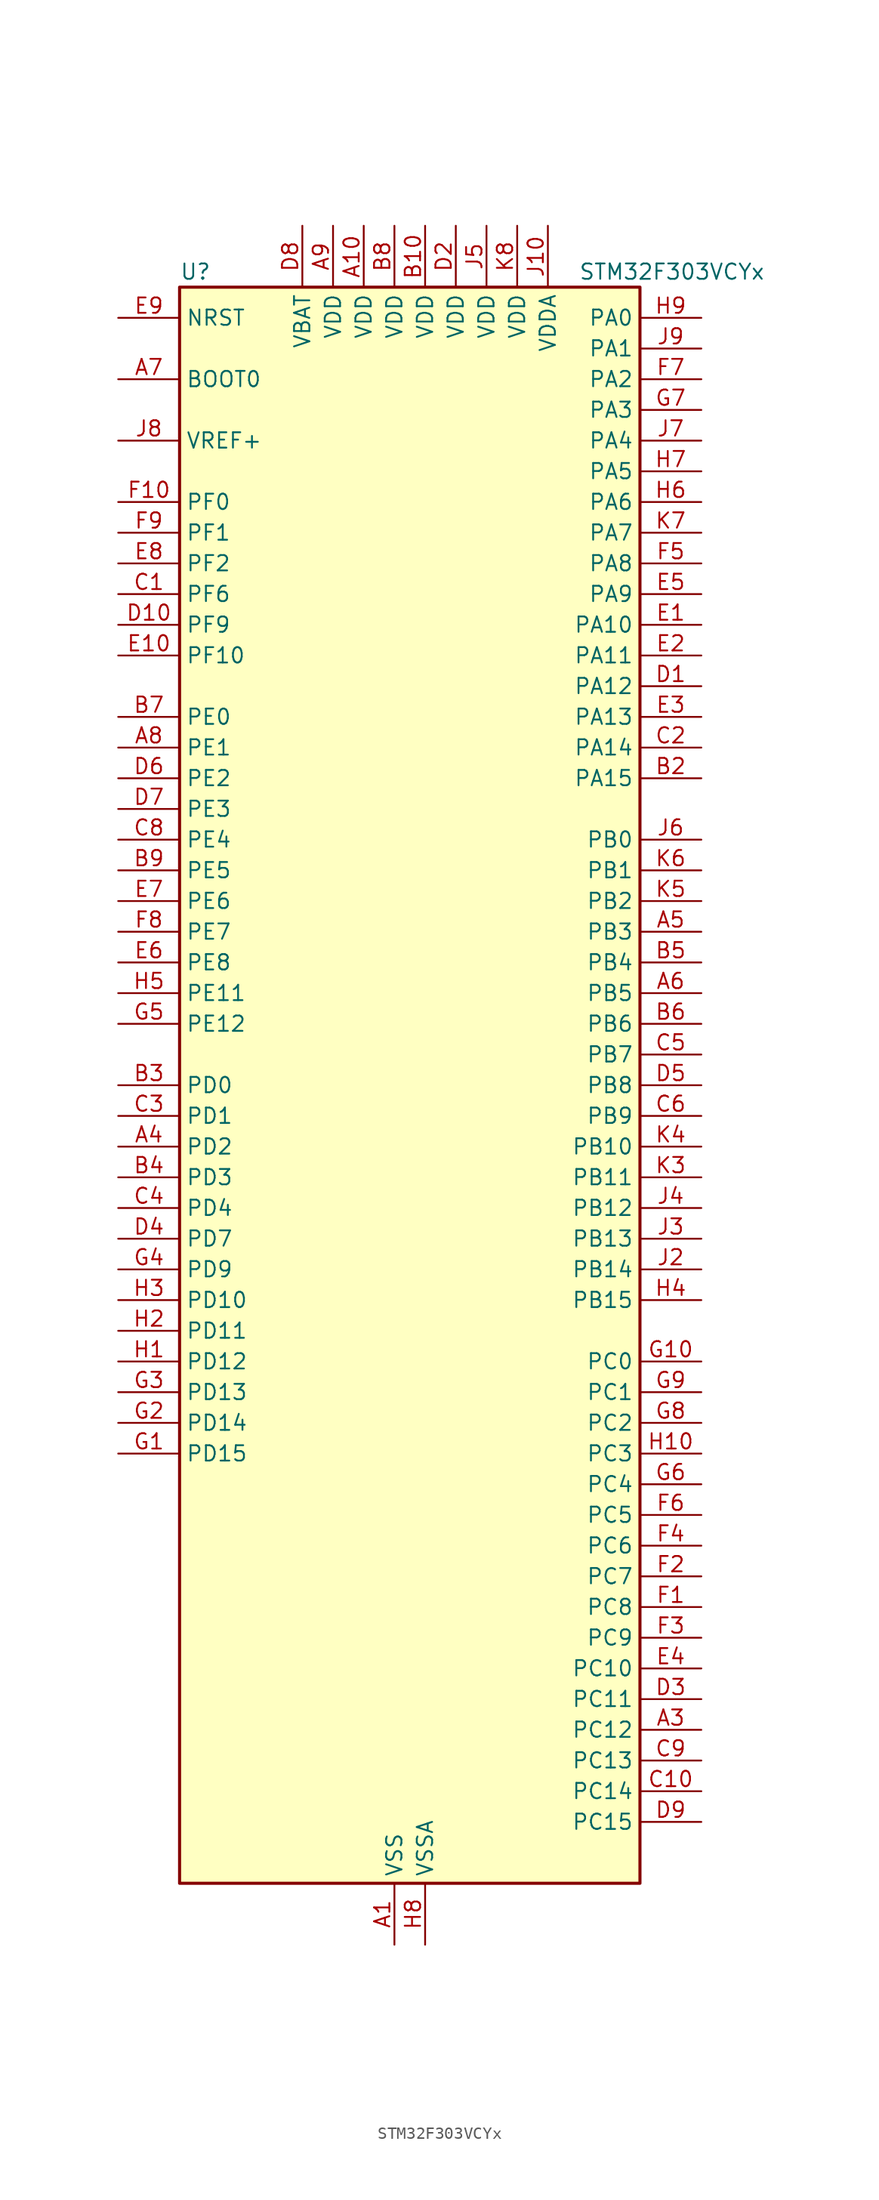
<source format=kicad_sym>
(kicad_symbol_lib
  (version 20220914)
  (generator kicad_symbol_editor)
  (symbol "STM32F303VCYx"
    (property "Reference" "U"
      (at -17.78 67.31 0)
      (effects (font (size 1.27 1.27)) (justify left)))
    (property "Value" "STM32F303VCYx"
      (at 15.24 67.31 0)
      (effects (font (size 1.27 1.27)) (justify left)))
    (property "ki_locked" ""
      (at 0 0 0)
      (effects (font (size 1.27 1.27))))
    (symbol "STM32F303VCYx_0_1"
      (rectangle (start -17.78 -66.04) (end 20.32 66.04) (stroke (width 0.254) (type default)) (fill (type background))))
    (symbol "STM32F303VCYx_1_1"
      (pin power_in line (at 0 -71.12 90) (length 5.08) (name "VSS" (effects (font (size 1.27 1.27)))) (number "A1" (effects (font (size 1.27 1.27)))))
      (pin power_in line (at -2.54 71.12 270) (length 5.08) (name "VDD" (effects (font (size 1.27 1.27)))) (number "A10" (effects (font (size 1.27 1.27)))))
      (pin passive line (at 0 -71.12 90) (length 5.08) hide (name "VSS" (effects (font (size 1.27 1.27)))) (number "A2" (effects (font (size 1.27 1.27)))))
      (pin bidirectional line (at 25.4 -53.34 180) (length 5.08) (name "PC12" (effects (font (size 1.27 1.27)))) (number "A3" (effects (font (size 1.27 1.27)))) (alternate "I2S3_SD" bidirectional line) (alternate "SPI3_MOSI" bidirectional line) (alternate "TIM8_CH3N" bidirectional line) (alternate "UART5_TX" bidirectional line) (alternate "USART3_CK" bidirectional line))
      (pin bidirectional line (at -22.86 -5.08 0) (length 5.08) (name "PD2" (effects (font (size 1.27 1.27)))) (number "A4" (effects (font (size 1.27 1.27)))) (alternate "ADC3_EXTI2" bidirectional line) (alternate "ADC4_EXTI2" bidirectional line) (alternate "TIM3_ETR" bidirectional line) (alternate "TIM8_BKIN" bidirectional line) (alternate "UART5_RX" bidirectional line))
      (pin bidirectional line (at 25.4 12.7 180) (length 5.08) (name "PB3" (effects (font (size 1.27 1.27)))) (number "A5" (effects (font (size 1.27 1.27)))) (alternate "I2S3_CK" bidirectional line) (alternate "SPI1_SCK" bidirectional line) (alternate "SPI3_SCK" bidirectional line) (alternate "SYS_JTDO-TRACESWO" bidirectional line) (alternate "TIM2_CH2" bidirectional line) (alternate "TIM3_ETR" bidirectional line) (alternate "TIM4_ETR" bidirectional line) (alternate "TIM8_CH1N" bidirectional line) (alternate "TSC_G5_IO1" bidirectional line) (alternate "USART2_TX" bidirectional line))
      (pin bidirectional line (at 25.4 7.62 180) (length 5.08) (name "PB5" (effects (font (size 1.27 1.27)))) (number "A6" (effects (font (size 1.27 1.27)))) (alternate "I2C1_SMBA" bidirectional line) (alternate "I2S3_SD" bidirectional line) (alternate "SPI1_MOSI" bidirectional line) (alternate "SPI3_MOSI" bidirectional line) (alternate "TIM16_BKIN" bidirectional line) (alternate "TIM17_CH1" bidirectional line) (alternate "TIM3_CH2" bidirectional line) (alternate "TIM8_CH3N" bidirectional line) (alternate "USART2_CK" bidirectional line))
      (pin input line (at -22.86 58.42 0) (length 5.08) (name "BOOT0" (effects (font (size 1.27 1.27)))) (number "A7" (effects (font (size 1.27 1.27)))))
      (pin bidirectional line (at -22.86 27.94 0) (length 5.08) (name "PE1" (effects (font (size 1.27 1.27)))) (number "A8" (effects (font (size 1.27 1.27)))) (alternate "TIM17_CH1" bidirectional line) (alternate "USART1_RX" bidirectional line))
      (pin power_in line (at -5.08 71.12 270) (length 5.08) (name "VDD" (effects (font (size 1.27 1.27)))) (number "A9" (effects (font (size 1.27 1.27)))))
      (pin passive line (at 0 -71.12 90) (length 5.08) hide (name "VSS" (effects (font (size 1.27 1.27)))) (number "B1" (effects (font (size 1.27 1.27)))))
      (pin power_in line (at 2.54 71.12 270) (length 5.08) (name "VDD" (effects (font (size 1.27 1.27)))) (number "B10" (effects (font (size 1.27 1.27)))))
      (pin bidirectional line (at 25.4 25.4 180) (length 5.08) (name "PA15" (effects (font (size 1.27 1.27)))) (number "B2" (effects (font (size 1.27 1.27)))) (alternate "ADC1_EXTI15" bidirectional line) (alternate "ADC2_EXTI15" bidirectional line) (alternate "I2C1_SCL" bidirectional line) (alternate "I2S3_WS" bidirectional line) (alternate "SPI1_NSS" bidirectional line) (alternate "SPI3_NSS" bidirectional line) (alternate "SYS_JTDI" bidirectional line) (alternate "TIM1_BKIN" bidirectional line) (alternate "TIM2_CH1" bidirectional line) (alternate "TIM2_ETR" bidirectional line) (alternate "TIM8_CH1" bidirectional line) (alternate "USART2_RX" bidirectional line))
      (pin bidirectional line (at -22.86 0 0) (length 5.08) (name "PD0" (effects (font (size 1.27 1.27)))) (number "B3" (effects (font (size 1.27 1.27)))) (alternate "CAN_RX" bidirectional line))
      (pin bidirectional line (at -22.86 -7.62 0) (length 5.08) (name "PD3" (effects (font (size 1.27 1.27)))) (number "B4" (effects (font (size 1.27 1.27)))) (alternate "TIM2_CH1" bidirectional line) (alternate "TIM2_ETR" bidirectional line) (alternate "USART2_CTS" bidirectional line))
      (pin bidirectional line (at 25.4 10.16 180) (length 5.08) (name "PB4" (effects (font (size 1.27 1.27)))) (number "B5" (effects (font (size 1.27 1.27)))) (alternate "I2S3_ext_SD" bidirectional line) (alternate "SPI1_MISO" bidirectional line) (alternate "SPI3_MISO" bidirectional line) (alternate "SYS_NJTRST" bidirectional line) (alternate "TIM16_CH1" bidirectional line) (alternate "TIM17_BKIN" bidirectional line) (alternate "TIM3_CH1" bidirectional line) (alternate "TIM8_CH2N" bidirectional line) (alternate "TSC_G5_IO2" bidirectional line) (alternate "USART2_RX" bidirectional line))
      (pin bidirectional line (at 25.4 5.08 180) (length 5.08) (name "PB6" (effects (font (size 1.27 1.27)))) (number "B6" (effects (font (size 1.27 1.27)))) (alternate "I2C1_SCL" bidirectional line) (alternate "TIM16_CH1N" bidirectional line) (alternate "TIM4_CH1" bidirectional line) (alternate "TIM8_BKIN2" bidirectional line) (alternate "TIM8_CH1" bidirectional line) (alternate "TIM8_ETR" bidirectional line) (alternate "TSC_G5_IO3" bidirectional line) (alternate "USART1_TX" bidirectional line))
      (pin bidirectional line (at -22.86 30.48 0) (length 5.08) (name "PE0" (effects (font (size 1.27 1.27)))) (number "B7" (effects (font (size 1.27 1.27)))) (alternate "TIM16_CH1" bidirectional line) (alternate "TIM4_ETR" bidirectional line) (alternate "USART1_TX" bidirectional line))
      (pin power_in line (at 0 71.12 270) (length 5.08) (name "VDD" (effects (font (size 1.27 1.27)))) (number "B8" (effects (font (size 1.27 1.27)))))
      (pin bidirectional line (at -22.86 17.78 0) (length 5.08) (name "PE5" (effects (font (size 1.27 1.27)))) (number "B9" (effects (font (size 1.27 1.27)))) (alternate "SYS_TRACED2" bidirectional line) (alternate "TIM3_CH4" bidirectional line) (alternate "TSC_G7_IO4" bidirectional line))
      (pin bidirectional line (at -22.86 40.64 0) (length 5.08) (name "PF6" (effects (font (size 1.27 1.27)))) (number "C1" (effects (font (size 1.27 1.27)))) (alternate "I2C2_SCL" bidirectional line) (alternate "TIM4_CH4" bidirectional line) (alternate "USART3_DE" bidirectional line) (alternate "USART3_RTS" bidirectional line))
      (pin bidirectional line (at 25.4 -58.42 180) (length 5.08) (name "PC14" (effects (font (size 1.27 1.27)))) (number "C10" (effects (font (size 1.27 1.27)))) (alternate "RCC_OSC32_IN" bidirectional line))
      (pin bidirectional line (at 25.4 27.94 180) (length 5.08) (name "PA14" (effects (font (size 1.27 1.27)))) (number "C2" (effects (font (size 1.27 1.27)))) (alternate "I2C1_SDA" bidirectional line) (alternate "SYS_JTCK-SWCLK" bidirectional line) (alternate "TIM1_BKIN" bidirectional line) (alternate "TIM8_CH2" bidirectional line) (alternate "TSC_G4_IO4" bidirectional line) (alternate "USART2_TX" bidirectional line))
      (pin bidirectional line (at -22.86 -2.54 0) (length 5.08) (name "PD1" (effects (font (size 1.27 1.27)))) (number "C3" (effects (font (size 1.27 1.27)))) (alternate "CAN_TX" bidirectional line) (alternate "TIM8_BKIN2" bidirectional line) (alternate "TIM8_CH4" bidirectional line))
      (pin bidirectional line (at -22.86 -10.16 0) (length 5.08) (name "PD4" (effects (font (size 1.27 1.27)))) (number "C4" (effects (font (size 1.27 1.27)))) (alternate "TIM2_CH2" bidirectional line) (alternate "USART2_DE" bidirectional line) (alternate "USART2_RTS" bidirectional line))
      (pin bidirectional line (at 25.4 2.54 180) (length 5.08) (name "PB7" (effects (font (size 1.27 1.27)))) (number "C5" (effects (font (size 1.27 1.27)))) (alternate "I2C1_SDA" bidirectional line) (alternate "TIM17_CH1N" bidirectional line) (alternate "TIM3_CH4" bidirectional line) (alternate "TIM4_CH2" bidirectional line) (alternate "TIM8_BKIN" bidirectional line) (alternate "TSC_G5_IO4" bidirectional line) (alternate "USART1_RX" bidirectional line))
      (pin bidirectional line (at 25.4 -2.54 180) (length 5.08) (name "PB9" (effects (font (size 1.27 1.27)))) (number "C6" (effects (font (size 1.27 1.27)))) (alternate "CAN_TX" bidirectional line) (alternate "COMP2_OUT" bidirectional line) (alternate "DAC_EXTI9" bidirectional line) (alternate "I2C1_SDA" bidirectional line) (alternate "IR_OUT" bidirectional line) (alternate "TIM17_CH1" bidirectional line) (alternate "TIM4_CH4" bidirectional line) (alternate "TIM8_CH3" bidirectional line))
      (pin passive line (at 0 -71.12 90) (length 5.08) hide (name "VSS" (effects (font (size 1.27 1.27)))) (number "C7" (effects (font (size 1.27 1.27)))))
      (pin bidirectional line (at -22.86 20.32 0) (length 5.08) (name "PE4" (effects (font (size 1.27 1.27)))) (number "C8" (effects (font (size 1.27 1.27)))) (alternate "SYS_TRACED1" bidirectional line) (alternate "TIM3_CH3" bidirectional line) (alternate "TSC_G7_IO3" bidirectional line))
      (pin bidirectional line (at 25.4 -55.88 180) (length 5.08) (name "PC13" (effects (font (size 1.27 1.27)))) (number "C9" (effects (font (size 1.27 1.27)))) (alternate "RTC_OUT_ALARM" bidirectional line) (alternate "RTC_OUT_CALIB" bidirectional line) (alternate "RTC_TAMP1" bidirectional line) (alternate "RTC_TS" bidirectional line) (alternate "SYS_WKUP2" bidirectional line) (alternate "TIM1_CH1N" bidirectional line))
      (pin bidirectional line (at 25.4 33.02 180) (length 5.08) (name "PA12" (effects (font (size 1.27 1.27)))) (number "D1" (effects (font (size 1.27 1.27)))) (alternate "CAN_TX" bidirectional line) (alternate "COMP2_OUT" bidirectional line) (alternate "TIM16_CH1" bidirectional line) (alternate "TIM1_CH2N" bidirectional line) (alternate "TIM1_ETR" bidirectional line) (alternate "TIM4_CH2" bidirectional line) (alternate "USART1_DE" bidirectional line) (alternate "USART1_RTS" bidirectional line) (alternate "USB_DP" bidirectional line))
      (pin bidirectional line (at -22.86 38.1 0) (length 5.08) (name "PF9" (effects (font (size 1.27 1.27)))) (number "D10" (effects (font (size 1.27 1.27)))) (alternate "DAC_EXTI9" bidirectional line) (alternate "SPI2_SCK" bidirectional line) (alternate "TIM15_CH1" bidirectional line))
      (pin power_in line (at 5.08 71.12 270) (length 5.08) (name "VDD" (effects (font (size 1.27 1.27)))) (number "D2" (effects (font (size 1.27 1.27)))))
      (pin bidirectional line (at 25.4 -50.8 180) (length 5.08) (name "PC11" (effects (font (size 1.27 1.27)))) (number "D3" (effects (font (size 1.27 1.27)))) (alternate "ADC1_EXTI11" bidirectional line) (alternate "ADC2_EXTI11" bidirectional line) (alternate "I2S3_ext_SD" bidirectional line) (alternate "SPI3_MISO" bidirectional line) (alternate "TIM8_CH2N" bidirectional line) (alternate "UART4_RX" bidirectional line) (alternate "USART3_RX" bidirectional line))
      (pin bidirectional line (at -22.86 -12.7 0) (length 5.08) (name "PD7" (effects (font (size 1.27 1.27)))) (number "D4" (effects (font (size 1.27 1.27)))) (alternate "TIM2_CH3" bidirectional line) (alternate "USART2_CK" bidirectional line))
      (pin bidirectional line (at 25.4 0 180) (length 5.08) (name "PB8" (effects (font (size 1.27 1.27)))) (number "D5" (effects (font (size 1.27 1.27)))) (alternate "CAN_RX" bidirectional line) (alternate "COMP1_OUT" bidirectional line) (alternate "I2C1_SCL" bidirectional line) (alternate "TIM16_CH1" bidirectional line) (alternate "TIM1_BKIN" bidirectional line) (alternate "TIM4_CH3" bidirectional line) (alternate "TIM8_CH2" bidirectional line) (alternate "TSC_SYNC" bidirectional line))
      (pin bidirectional line (at -22.86 25.4 0) (length 5.08) (name "PE2" (effects (font (size 1.27 1.27)))) (number "D6" (effects (font (size 1.27 1.27)))) (alternate "ADC3_EXTI2" bidirectional line) (alternate "ADC4_EXTI2" bidirectional line) (alternate "SYS_TRACECK" bidirectional line) (alternate "TIM3_CH1" bidirectional line) (alternate "TSC_G7_IO1" bidirectional line))
      (pin bidirectional line (at -22.86 22.86 0) (length 5.08) (name "PE3" (effects (font (size 1.27 1.27)))) (number "D7" (effects (font (size 1.27 1.27)))) (alternate "SYS_TRACED0" bidirectional line) (alternate "TIM3_CH2" bidirectional line) (alternate "TSC_G7_IO2" bidirectional line))
      (pin power_in line (at -7.62 71.12 270) (length 5.08) (name "VBAT" (effects (font (size 1.27 1.27)))) (number "D8" (effects (font (size 1.27 1.27)))))
      (pin bidirectional line (at 25.4 -60.96 180) (length 5.08) (name "PC15" (effects (font (size 1.27 1.27)))) (number "D9" (effects (font (size 1.27 1.27)))) (alternate "ADC1_EXTI15" bidirectional line) (alternate "ADC2_EXTI15" bidirectional line) (alternate "RCC_OSC32_OUT" bidirectional line))
      (pin bidirectional line (at 25.4 38.1 180) (length 5.08) (name "PA10" (effects (font (size 1.27 1.27)))) (number "E1" (effects (font (size 1.27 1.27)))) (alternate "COMP6_OUT" bidirectional line) (alternate "I2C2_SDA" bidirectional line) (alternate "TIM17_BKIN" bidirectional line) (alternate "TIM1_CH3" bidirectional line) (alternate "TIM2_CH4" bidirectional line) (alternate "TIM8_BKIN" bidirectional line) (alternate "TSC_G4_IO2" bidirectional line) (alternate "USART1_RX" bidirectional line))
      (pin bidirectional line (at -22.86 35.56 0) (length 5.08) (name "PF10" (effects (font (size 1.27 1.27)))) (number "E10" (effects (font (size 1.27 1.27)))) (alternate "SPI2_SCK" bidirectional line) (alternate "TIM15_CH2" bidirectional line))
      (pin bidirectional line (at 25.4 35.56 180) (length 5.08) (name "PA11" (effects (font (size 1.27 1.27)))) (number "E2" (effects (font (size 1.27 1.27)))) (alternate "ADC1_EXTI11" bidirectional line) (alternate "ADC2_EXTI11" bidirectional line) (alternate "CAN_RX" bidirectional line) (alternate "COMP1_OUT" bidirectional line) (alternate "TIM1_BKIN2" bidirectional line) (alternate "TIM1_CH1N" bidirectional line) (alternate "TIM1_CH4" bidirectional line) (alternate "TIM4_CH1" bidirectional line) (alternate "USART1_CTS" bidirectional line) (alternate "USB_DM" bidirectional line))
      (pin bidirectional line (at 25.4 30.48 180) (length 5.08) (name "PA13" (effects (font (size 1.27 1.27)))) (number "E3" (effects (font (size 1.27 1.27)))) (alternate "IR_OUT" bidirectional line) (alternate "SYS_JTMS-SWDIO" bidirectional line) (alternate "TIM16_CH1N" bidirectional line) (alternate "TIM4_CH3" bidirectional line) (alternate "TSC_G4_IO3" bidirectional line) (alternate "USART3_CTS" bidirectional line))
      (pin bidirectional line (at 25.4 -48.26 180) (length 5.08) (name "PC10" (effects (font (size 1.27 1.27)))) (number "E4" (effects (font (size 1.27 1.27)))) (alternate "I2S3_CK" bidirectional line) (alternate "SPI3_SCK" bidirectional line) (alternate "TIM8_CH1N" bidirectional line) (alternate "UART4_TX" bidirectional line) (alternate "USART3_TX" bidirectional line))
      (pin bidirectional line (at 25.4 40.64 180) (length 5.08) (name "PA9" (effects (font (size 1.27 1.27)))) (number "E5" (effects (font (size 1.27 1.27)))) (alternate "COMP5_OUT" bidirectional line) (alternate "DAC_EXTI9" bidirectional line) (alternate "I2C2_SCL" bidirectional line) (alternate "I2S3_MCK" bidirectional line) (alternate "TIM15_BKIN" bidirectional line) (alternate "TIM1_CH2" bidirectional line) (alternate "TIM2_CH3" bidirectional line) (alternate "TSC_G4_IO1" bidirectional line) (alternate "USART1_TX" bidirectional line))
      (pin bidirectional line (at -22.86 10.16 0) (length 5.08) (name "PE8" (effects (font (size 1.27 1.27)))) (number "E6" (effects (font (size 1.27 1.27)))) (alternate "ADC3_IN6" bidirectional line) (alternate "ADC4_IN6" bidirectional line) (alternate "COMP4_INM" bidirectional line) (alternate "TIM1_CH1N" bidirectional line))
      (pin bidirectional line (at -22.86 15.24 0) (length 5.08) (name "PE6" (effects (font (size 1.27 1.27)))) (number "E7" (effects (font (size 1.27 1.27)))) (alternate "RTC_TAMP3" bidirectional line) (alternate "SYS_TRACED3" bidirectional line) (alternate "SYS_WKUP3" bidirectional line))
      (pin bidirectional line (at -22.86 43.18 0) (length 5.08) (name "PF2" (effects (font (size 1.27 1.27)))) (number "E8" (effects (font (size 1.27 1.27)))) (alternate "ADC1_IN10" bidirectional line) (alternate "ADC2_IN10" bidirectional line) (alternate "ADC3_EXTI2" bidirectional line) (alternate "ADC4_EXTI2" bidirectional line))
      (pin input line (at -22.86 63.5 0) (length 5.08) (name "NRST" (effects (font (size 1.27 1.27)))) (number "E9" (effects (font (size 1.27 1.27)))))
      (pin bidirectional line (at 25.4 -43.18 180) (length 5.08) (name "PC8" (effects (font (size 1.27 1.27)))) (number "F1" (effects (font (size 1.27 1.27)))) (alternate "COMP3_OUT" bidirectional line) (alternate "TIM3_CH3" bidirectional line) (alternate "TIM8_CH3" bidirectional line))
      (pin bidirectional line (at -22.86 48.26 0) (length 5.08) (name "PF0" (effects (font (size 1.27 1.27)))) (number "F10" (effects (font (size 1.27 1.27)))) (alternate "I2C2_SDA" bidirectional line) (alternate "RCC_OSC_IN" bidirectional line) (alternate "TIM1_CH3N" bidirectional line))
      (pin bidirectional line (at 25.4 -40.64 180) (length 5.08) (name "PC7" (effects (font (size 1.27 1.27)))) (number "F2" (effects (font (size 1.27 1.27)))) (alternate "COMP5_OUT" bidirectional line) (alternate "I2S3_MCK" bidirectional line) (alternate "TIM3_CH2" bidirectional line) (alternate "TIM8_CH2" bidirectional line))
      (pin bidirectional line (at 25.4 -45.72 180) (length 5.08) (name "PC9" (effects (font (size 1.27 1.27)))) (number "F3" (effects (font (size 1.27 1.27)))) (alternate "DAC_EXTI9" bidirectional line) (alternate "I2S_CKIN" bidirectional line) (alternate "TIM3_CH4" bidirectional line) (alternate "TIM8_BKIN2" bidirectional line) (alternate "TIM8_CH4" bidirectional line))
      (pin bidirectional line (at 25.4 -38.1 180) (length 5.08) (name "PC6" (effects (font (size 1.27 1.27)))) (number "F4" (effects (font (size 1.27 1.27)))) (alternate "COMP6_OUT" bidirectional line) (alternate "I2S2_MCK" bidirectional line) (alternate "TIM3_CH1" bidirectional line) (alternate "TIM8_CH1" bidirectional line))
      (pin bidirectional line (at 25.4 43.18 180) (length 5.08) (name "PA8" (effects (font (size 1.27 1.27)))) (number "F5" (effects (font (size 1.27 1.27)))) (alternate "COMP3_OUT" bidirectional line) (alternate "I2C2_SMBA" bidirectional line) (alternate "I2S2_MCK" bidirectional line) (alternate "RCC_MCO" bidirectional line) (alternate "TIM1_CH1" bidirectional line) (alternate "TIM4_ETR" bidirectional line) (alternate "USART1_CK" bidirectional line))
      (pin bidirectional line (at 25.4 -35.56 180) (length 5.08) (name "PC5" (effects (font (size 1.27 1.27)))) (number "F6" (effects (font (size 1.27 1.27)))) (alternate "ADC2_IN11" bidirectional line) (alternate "OPAMP1_VINM" bidirectional line) (alternate "OPAMP1_VINM_SEC" bidirectional line) (alternate "OPAMP2_VINM" bidirectional line) (alternate "OPAMP2_VINM_SEC" bidirectional line) (alternate "TSC_G3_IO1" bidirectional line) (alternate "USART1_RX" bidirectional line))
      (pin bidirectional line (at 25.4 58.42 180) (length 5.08) (name "PA2" (effects (font (size 1.27 1.27)))) (number "F7" (effects (font (size 1.27 1.27)))) (alternate "ADC1_IN3" bidirectional line) (alternate "ADC3_EXTI2" bidirectional line) (alternate "ADC4_EXTI2" bidirectional line) (alternate "COMP2_INM" bidirectional line) (alternate "COMP2_OUT" bidirectional line) (alternate "OPAMP1_VOUT" bidirectional line) (alternate "TIM15_CH1" bidirectional line) (alternate "TIM2_CH3" bidirectional line) (alternate "TSC_G1_IO3" bidirectional line) (alternate "USART2_TX" bidirectional line))
      (pin bidirectional line (at -22.86 12.7 0) (length 5.08) (name "PE7" (effects (font (size 1.27 1.27)))) (number "F8" (effects (font (size 1.27 1.27)))) (alternate "ADC3_IN13" bidirectional line) (alternate "COMP4_INP" bidirectional line) (alternate "TIM1_ETR" bidirectional line))
      (pin bidirectional line (at -22.86 45.72 0) (length 5.08) (name "PF1" (effects (font (size 1.27 1.27)))) (number "F9" (effects (font (size 1.27 1.27)))) (alternate "I2C2_SCL" bidirectional line) (alternate "RCC_OSC_OUT" bidirectional line))
      (pin bidirectional line (at -22.86 -30.48 0) (length 5.08) (name "PD15" (effects (font (size 1.27 1.27)))) (number "G1" (effects (font (size 1.27 1.27)))) (alternate "ADC1_EXTI15" bidirectional line) (alternate "ADC2_EXTI15" bidirectional line) (alternate "COMP3_INM" bidirectional line) (alternate "SPI2_NSS" bidirectional line) (alternate "TIM4_CH4" bidirectional line) (alternate "TSC_G8_IO4" bidirectional line))
      (pin bidirectional line (at 25.4 -22.86 180) (length 5.08) (name "PC0" (effects (font (size 1.27 1.27)))) (number "G10" (effects (font (size 1.27 1.27)))) (alternate "ADC1_IN6" bidirectional line) (alternate "ADC2_IN6" bidirectional line) (alternate "COMP7_INM" bidirectional line))
      (pin bidirectional line (at -22.86 -27.94 0) (length 5.08) (name "PD14" (effects (font (size 1.27 1.27)))) (number "G2" (effects (font (size 1.27 1.27)))) (alternate "ADC3_IN11" bidirectional line) (alternate "ADC4_IN11" bidirectional line) (alternate "COMP3_INP" bidirectional line) (alternate "OPAMP2_VINP" bidirectional line) (alternate "OPAMP2_VINP_SEC" bidirectional line) (alternate "TIM4_CH3" bidirectional line) (alternate "TSC_G8_IO3" bidirectional line))
      (pin bidirectional line (at -22.86 -25.4 0) (length 5.08) (name "PD13" (effects (font (size 1.27 1.27)))) (number "G3" (effects (font (size 1.27 1.27)))) (alternate "ADC3_IN10" bidirectional line) (alternate "ADC4_IN10" bidirectional line) (alternate "COMP5_INM" bidirectional line) (alternate "TIM4_CH2" bidirectional line) (alternate "TSC_G8_IO2" bidirectional line))
      (pin bidirectional line (at -22.86 -15.24 0) (length 5.08) (name "PD9" (effects (font (size 1.27 1.27)))) (number "G4" (effects (font (size 1.27 1.27)))) (alternate "ADC4_IN13" bidirectional line) (alternate "DAC_EXTI9" bidirectional line) (alternate "USART3_RX" bidirectional line))
      (pin bidirectional line (at -22.86 5.08 0) (length 5.08) (name "PE12" (effects (font (size 1.27 1.27)))) (number "G5" (effects (font (size 1.27 1.27)))) (alternate "ADC3_IN16" bidirectional line) (alternate "TIM1_CH3N" bidirectional line))
      (pin bidirectional line (at 25.4 -33.02 180) (length 5.08) (name "PC4" (effects (font (size 1.27 1.27)))) (number "G6" (effects (font (size 1.27 1.27)))) (alternate "ADC2_IN5" bidirectional line) (alternate "USART1_TX" bidirectional line))
      (pin bidirectional line (at 25.4 55.88 180) (length 5.08) (name "PA3" (effects (font (size 1.27 1.27)))) (number "G7" (effects (font (size 1.27 1.27)))) (alternate "ADC1_IN4" bidirectional line) (alternate "COMP2_INP" bidirectional line) (alternate "OPAMP1_VINM" bidirectional line) (alternate "OPAMP1_VINM_SEC" bidirectional line) (alternate "OPAMP1_VINP" bidirectional line) (alternate "OPAMP1_VINP_SEC" bidirectional line) (alternate "TIM15_CH2" bidirectional line) (alternate "TIM2_CH4" bidirectional line) (alternate "TSC_G1_IO4" bidirectional line) (alternate "USART2_RX" bidirectional line))
      (pin bidirectional line (at 25.4 -27.94 180) (length 5.08) (name "PC2" (effects (font (size 1.27 1.27)))) (number "G8" (effects (font (size 1.27 1.27)))) (alternate "ADC1_IN8" bidirectional line) (alternate "ADC2_IN8" bidirectional line) (alternate "ADC3_EXTI2" bidirectional line) (alternate "ADC4_EXTI2" bidirectional line) (alternate "COMP7_OUT" bidirectional line))
      (pin bidirectional line (at 25.4 -25.4 180) (length 5.08) (name "PC1" (effects (font (size 1.27 1.27)))) (number "G9" (effects (font (size 1.27 1.27)))) (alternate "ADC1_IN7" bidirectional line) (alternate "ADC2_IN7" bidirectional line) (alternate "COMP7_INP" bidirectional line))
      (pin bidirectional line (at -22.86 -22.86 0) (length 5.08) (name "PD12" (effects (font (size 1.27 1.27)))) (number "H1" (effects (font (size 1.27 1.27)))) (alternate "ADC3_IN9" bidirectional line) (alternate "ADC4_IN9" bidirectional line) (alternate "COMP5_INP" bidirectional line) (alternate "TIM4_CH1" bidirectional line) (alternate "TSC_G8_IO1" bidirectional line) (alternate "USART3_DE" bidirectional line) (alternate "USART3_RTS" bidirectional line))
      (pin bidirectional line (at 25.4 -30.48 180) (length 5.08) (name "PC3" (effects (font (size 1.27 1.27)))) (number "H10" (effects (font (size 1.27 1.27)))) (alternate "ADC1_IN9" bidirectional line) (alternate "ADC2_IN9" bidirectional line) (alternate "TIM1_BKIN2" bidirectional line))
      (pin bidirectional line (at -22.86 -20.32 0) (length 5.08) (name "PD11" (effects (font (size 1.27 1.27)))) (number "H2" (effects (font (size 1.27 1.27)))) (alternate "ADC1_EXTI11" bidirectional line) (alternate "ADC2_EXTI11" bidirectional line) (alternate "ADC3_IN8" bidirectional line) (alternate "ADC4_IN8" bidirectional line) (alternate "COMP6_INP" bidirectional line) (alternate "OPAMP4_VINP" bidirectional line) (alternate "OPAMP4_VINP_SEC" bidirectional line) (alternate "USART3_CTS" bidirectional line))
      (pin bidirectional line (at -22.86 -17.78 0) (length 5.08) (name "PD10" (effects (font (size 1.27 1.27)))) (number "H3" (effects (font (size 1.27 1.27)))) (alternate "ADC3_IN7" bidirectional line) (alternate "ADC4_IN7" bidirectional line) (alternate "COMP6_INM" bidirectional line) (alternate "USART3_CK" bidirectional line))
      (pin bidirectional line (at 25.4 -17.78 180) (length 5.08) (name "PB15" (effects (font (size 1.27 1.27)))) (number "H4" (effects (font (size 1.27 1.27)))) (alternate "ADC1_EXTI15" bidirectional line) (alternate "ADC2_EXTI15" bidirectional line) (alternate "ADC4_IN5" bidirectional line) (alternate "COMP6_INM" bidirectional line) (alternate "I2S2_SD" bidirectional line) (alternate "RTC_REFIN" bidirectional line) (alternate "SPI2_MOSI" bidirectional line) (alternate "TIM15_CH1N" bidirectional line) (alternate "TIM15_CH2" bidirectional line) (alternate "TIM1_CH3N" bidirectional line))
      (pin bidirectional line (at -22.86 7.62 0) (length 5.08) (name "PE11" (effects (font (size 1.27 1.27)))) (number "H5" (effects (font (size 1.27 1.27)))) (alternate "ADC1_EXTI11" bidirectional line) (alternate "ADC2_EXTI11" bidirectional line) (alternate "ADC3_IN15" bidirectional line) (alternate "TIM1_CH2" bidirectional line))
      (pin bidirectional line (at 25.4 48.26 180) (length 5.08) (name "PA6" (effects (font (size 1.27 1.27)))) (number "H6" (effects (font (size 1.27 1.27)))) (alternate "ADC2_IN3" bidirectional line) (alternate "COMP1_OUT" bidirectional line) (alternate "OPAMP2_VOUT" bidirectional line) (alternate "SPI1_MISO" bidirectional line) (alternate "TIM16_CH1" bidirectional line) (alternate "TIM1_BKIN" bidirectional line) (alternate "TIM3_CH1" bidirectional line) (alternate "TIM8_BKIN" bidirectional line) (alternate "TSC_G2_IO3" bidirectional line))
      (pin bidirectional line (at 25.4 50.8 180) (length 5.08) (name "PA5" (effects (font (size 1.27 1.27)))) (number "H7" (effects (font (size 1.27 1.27)))) (alternate "ADC2_IN2" bidirectional line) (alternate "COMP1_INM" bidirectional line) (alternate "COMP2_INM" bidirectional line) (alternate "COMP3_INM" bidirectional line) (alternate "COMP4_INM" bidirectional line) (alternate "COMP5_INM" bidirectional line) (alternate "COMP6_INM" bidirectional line) (alternate "COMP7_INM" bidirectional line) (alternate "DAC_OUT2" bidirectional line) (alternate "OPAMP1_VINP" bidirectional line) (alternate "OPAMP1_VINP_SEC" bidirectional line) (alternate "OPAMP2_VINM" bidirectional line) (alternate "OPAMP2_VINM_SEC" bidirectional line) (alternate "OPAMP3_VINP" bidirectional line) (alternate "OPAMP3_VINP_SEC" bidirectional line) (alternate "SPI1_SCK" bidirectional line) (alternate "TIM2_CH1" bidirectional line) (alternate "TIM2_ETR" bidirectional line) (alternate "TSC_G2_IO2" bidirectional line))
      (pin power_in line (at 2.54 -71.12 90) (length 5.08) (name "VSSA" (effects (font (size 1.27 1.27)))) (number "H8" (effects (font (size 1.27 1.27)))))
      (pin bidirectional line (at 25.4 63.5 180) (length 5.08) (name "PA0" (effects (font (size 1.27 1.27)))) (number "H9" (effects (font (size 1.27 1.27)))) (alternate "ADC1_IN1" bidirectional line) (alternate "COMP1_INM" bidirectional line) (alternate "COMP1_OUT" bidirectional line) (alternate "COMP7_INP" bidirectional line) (alternate "RTC_TAMP2" bidirectional line) (alternate "SYS_WKUP1" bidirectional line) (alternate "TIM2_CH1" bidirectional line) (alternate "TIM2_ETR" bidirectional line) (alternate "TIM8_BKIN" bidirectional line) (alternate "TIM8_ETR" bidirectional line) (alternate "TSC_G1_IO1" bidirectional line) (alternate "USART2_CTS" bidirectional line))
      (pin passive line (at 0 -71.12 90) (length 5.08) hide (name "VSS" (effects (font (size 1.27 1.27)))) (number "J1" (effects (font (size 1.27 1.27)))))
      (pin power_in line (at 12.7 71.12 270) (length 5.08) (name "VDDA" (effects (font (size 1.27 1.27)))) (number "J10" (effects (font (size 1.27 1.27)))))
      (pin bidirectional line (at 25.4 -15.24 180) (length 5.08) (name "PB14" (effects (font (size 1.27 1.27)))) (number "J2" (effects (font (size 1.27 1.27)))) (alternate "ADC4_IN4" bidirectional line) (alternate "COMP3_INP" bidirectional line) (alternate "I2S2_ext_SD" bidirectional line) (alternate "OPAMP2_VINP" bidirectional line) (alternate "OPAMP2_VINP_SEC" bidirectional line) (alternate "SPI2_MISO" bidirectional line) (alternate "TIM15_CH1" bidirectional line) (alternate "TIM1_CH2N" bidirectional line) (alternate "TSC_G6_IO4" bidirectional line) (alternate "USART3_DE" bidirectional line) (alternate "USART3_RTS" bidirectional line))
      (pin bidirectional line (at 25.4 -12.7 180) (length 5.08) (name "PB13" (effects (font (size 1.27 1.27)))) (number "J3" (effects (font (size 1.27 1.27)))) (alternate "ADC3_IN5" bidirectional line) (alternate "COMP5_INP" bidirectional line) (alternate "I2S2_CK" bidirectional line) (alternate "OPAMP3_VINP" bidirectional line) (alternate "OPAMP3_VINP_SEC" bidirectional line) (alternate "OPAMP4_VINP" bidirectional line) (alternate "OPAMP4_VINP_SEC" bidirectional line) (alternate "SPI2_SCK" bidirectional line) (alternate "TIM1_CH1N" bidirectional line) (alternate "TSC_G6_IO3" bidirectional line) (alternate "USART3_CTS" bidirectional line))
      (pin bidirectional line (at 25.4 -10.16 180) (length 5.08) (name "PB12" (effects (font (size 1.27 1.27)))) (number "J4" (effects (font (size 1.27 1.27)))) (alternate "ADC4_IN3" bidirectional line) (alternate "COMP3_INM" bidirectional line) (alternate "I2C2_SMBA" bidirectional line) (alternate "I2S2_WS" bidirectional line) (alternate "OPAMP4_VOUT" bidirectional line) (alternate "SPI2_NSS" bidirectional line) (alternate "TIM1_BKIN" bidirectional line) (alternate "TSC_G6_IO2" bidirectional line) (alternate "USART3_CK" bidirectional line))
      (pin power_in line (at 7.62 71.12 270) (length 5.08) (name "VDD" (effects (font (size 1.27 1.27)))) (number "J5" (effects (font (size 1.27 1.27)))))
      (pin bidirectional line (at 25.4 20.32 180) (length 5.08) (name "PB0" (effects (font (size 1.27 1.27)))) (number "J6" (effects (font (size 1.27 1.27)))) (alternate "ADC3_IN12" bidirectional line) (alternate "COMP4_INP" bidirectional line) (alternate "OPAMP2_VINP" bidirectional line) (alternate "OPAMP2_VINP_SEC" bidirectional line) (alternate "OPAMP3_VINP" bidirectional line) (alternate "OPAMP3_VINP_SEC" bidirectional line) (alternate "TIM1_CH2N" bidirectional line) (alternate "TIM3_CH3" bidirectional line) (alternate "TIM8_CH2N" bidirectional line) (alternate "TSC_G3_IO2" bidirectional line))
      (pin bidirectional line (at 25.4 53.34 180) (length 5.08) (name "PA4" (effects (font (size 1.27 1.27)))) (number "J7" (effects (font (size 1.27 1.27)))) (alternate "ADC2_IN1" bidirectional line) (alternate "COMP1_INM" bidirectional line) (alternate "COMP2_INM" bidirectional line) (alternate "COMP3_INM" bidirectional line) (alternate "COMP4_INM" bidirectional line) (alternate "COMP5_INM" bidirectional line) (alternate "COMP6_INM" bidirectional line) (alternate "COMP7_INM" bidirectional line) (alternate "DAC_OUT1" bidirectional line) (alternate "I2S3_WS" bidirectional line) (alternate "OPAMP4_VINP" bidirectional line) (alternate "OPAMP4_VINP_SEC" bidirectional line) (alternate "SPI1_NSS" bidirectional line) (alternate "SPI3_NSS" bidirectional line) (alternate "TIM3_CH2" bidirectional line) (alternate "TSC_G2_IO1" bidirectional line) (alternate "USART2_CK" bidirectional line))
      (pin input line (at -22.86 53.34 0) (length 5.08) (name "VREF+" (effects (font (size 1.27 1.27)))) (number "J8" (effects (font (size 1.27 1.27)))))
      (pin bidirectional line (at 25.4 60.96 180) (length 5.08) (name "PA1" (effects (font (size 1.27 1.27)))) (number "J9" (effects (font (size 1.27 1.27)))) (alternate "ADC1_IN2" bidirectional line) (alternate "COMP1_INP" bidirectional line) (alternate "OPAMP1_VINP" bidirectional line) (alternate "OPAMP1_VINP_SEC" bidirectional line) (alternate "OPAMP3_VINP" bidirectional line) (alternate "OPAMP3_VINP_SEC" bidirectional line) (alternate "RTC_REFIN" bidirectional line) (alternate "TIM15_CH1N" bidirectional line) (alternate "TIM2_CH2" bidirectional line) (alternate "TSC_G1_IO2" bidirectional line) (alternate "USART2_DE" bidirectional line) (alternate "USART2_RTS" bidirectional line))
      (pin passive line (at 0 -71.12 90) (length 5.08) hide (name "VSS" (effects (font (size 1.27 1.27)))) (number "K1" (effects (font (size 1.27 1.27)))))
      (pin passive line (at 0 -71.12 90) (length 5.08) hide (name "VSS" (effects (font (size 1.27 1.27)))) (number "K10" (effects (font (size 1.27 1.27)))))
      (pin passive line (at 0 -71.12 90) (length 5.08) hide (name "VSS" (effects (font (size 1.27 1.27)))) (number "K2" (effects (font (size 1.27 1.27)))))
      (pin bidirectional line (at 25.4 -7.62 180) (length 5.08) (name "PB11" (effects (font (size 1.27 1.27)))) (number "K3" (effects (font (size 1.27 1.27)))) (alternate "ADC1_EXTI11" bidirectional line) (alternate "ADC2_EXTI11" bidirectional line) (alternate "COMP6_INP" bidirectional line) (alternate "OPAMP4_VINP" bidirectional line) (alternate "OPAMP4_VINP_SEC" bidirectional line) (alternate "TIM2_CH4" bidirectional line) (alternate "TSC_G6_IO1" bidirectional line) (alternate "USART3_RX" bidirectional line))
      (pin bidirectional line (at 25.4 -5.08 180) (length 5.08) (name "PB10" (effects (font (size 1.27 1.27)))) (number "K4" (effects (font (size 1.27 1.27)))) (alternate "COMP5_INM" bidirectional line) (alternate "OPAMP3_VINM" bidirectional line) (alternate "OPAMP3_VINM_SEC" bidirectional line) (alternate "OPAMP4_VINM" bidirectional line) (alternate "OPAMP4_VINM_SEC" bidirectional line) (alternate "TIM2_CH3" bidirectional line) (alternate "TSC_SYNC" bidirectional line) (alternate "USART3_TX" bidirectional line))
      (pin bidirectional line (at 25.4 15.24 180) (length 5.08) (name "PB2" (effects (font (size 1.27 1.27)))) (number "K5" (effects (font (size 1.27 1.27)))) (alternate "ADC2_IN12" bidirectional line) (alternate "ADC3_EXTI2" bidirectional line) (alternate "ADC4_EXTI2" bidirectional line) (alternate "COMP4_INM" bidirectional line) (alternate "OPAMP3_VINM" bidirectional line) (alternate "OPAMP3_VINM_SEC" bidirectional line) (alternate "TSC_G3_IO4" bidirectional line))
      (pin bidirectional line (at 25.4 17.78 180) (length 5.08) (name "PB1" (effects (font (size 1.27 1.27)))) (number "K6" (effects (font (size 1.27 1.27)))) (alternate "ADC3_IN1" bidirectional line) (alternate "COMP4_OUT" bidirectional line) (alternate "OPAMP3_VOUT" bidirectional line) (alternate "TIM1_CH3N" bidirectional line) (alternate "TIM3_CH4" bidirectional line) (alternate "TIM8_CH3N" bidirectional line) (alternate "TSC_G3_IO3" bidirectional line))
      (pin bidirectional line (at 25.4 45.72 180) (length 5.08) (name "PA7" (effects (font (size 1.27 1.27)))) (number "K7" (effects (font (size 1.27 1.27)))) (alternate "ADC2_IN4" bidirectional line) (alternate "COMP2_INP" bidirectional line) (alternate "COMP2_OUT" bidirectional line) (alternate "OPAMP1_VINP" bidirectional line) (alternate "OPAMP1_VINP_SEC" bidirectional line) (alternate "OPAMP2_VINP" bidirectional line) (alternate "OPAMP2_VINP_SEC" bidirectional line) (alternate "SPI1_MOSI" bidirectional line) (alternate "TIM17_CH1" bidirectional line) (alternate "TIM1_CH1N" bidirectional line) (alternate "TIM3_CH2" bidirectional line) (alternate "TIM8_CH1N" bidirectional line) (alternate "TSC_G2_IO4" bidirectional line))
      (pin power_in line (at 10.16 71.12 270) (length 5.08) (name "VDD" (effects (font (size 1.27 1.27)))) (number "K8" (effects (font (size 1.27 1.27)))))
      (pin passive line (at 0 -71.12 90) (length 5.08) hide (name "VSS" (effects (font (size 1.27 1.27)))) (number "K9" (effects (font (size 1.27 1.27))))))))
</source>
